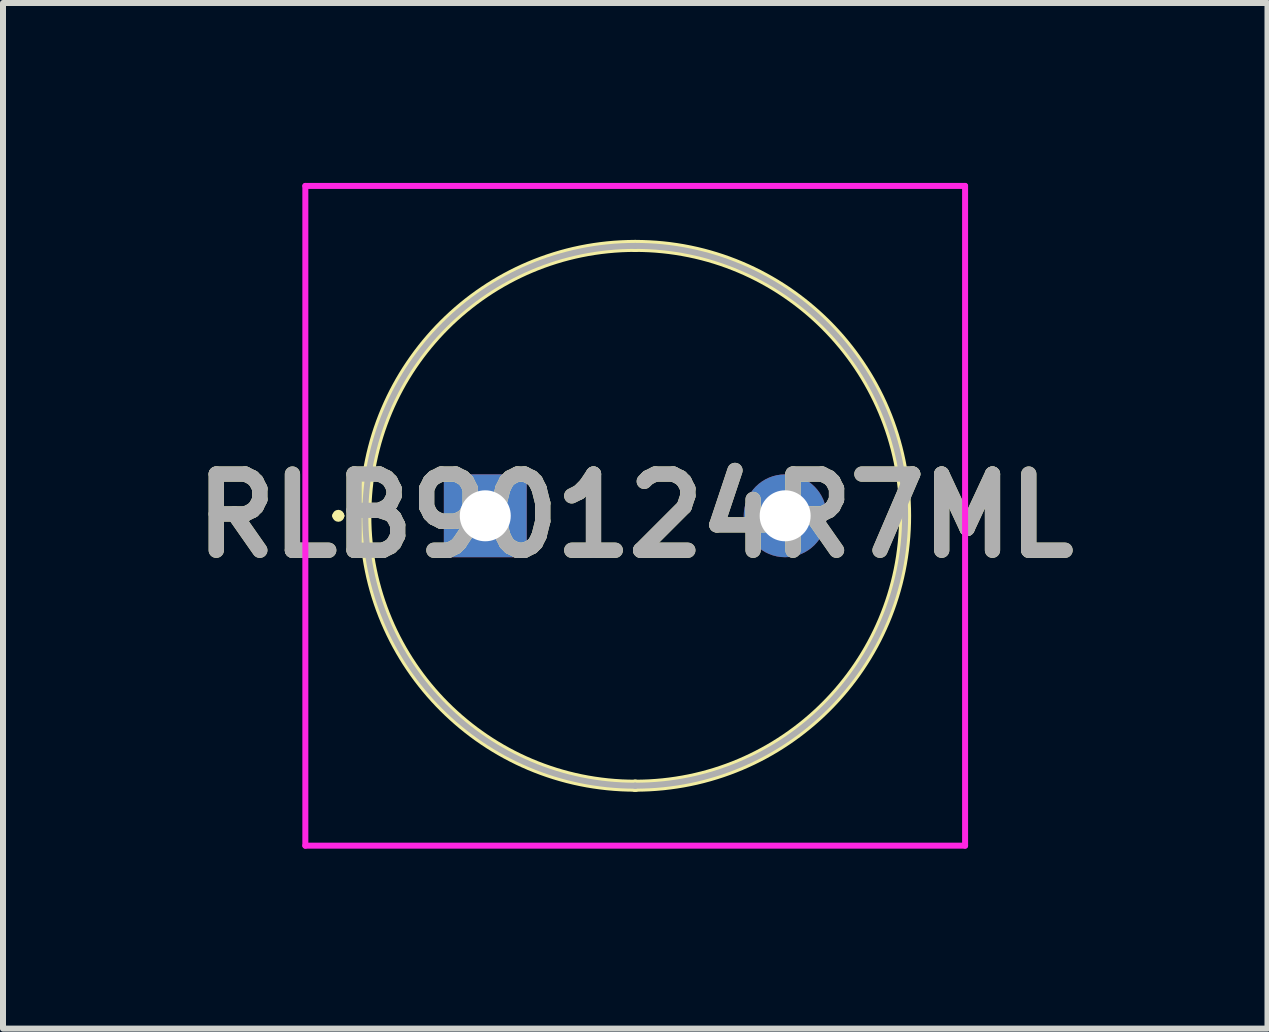
<source format=kicad_pcb>
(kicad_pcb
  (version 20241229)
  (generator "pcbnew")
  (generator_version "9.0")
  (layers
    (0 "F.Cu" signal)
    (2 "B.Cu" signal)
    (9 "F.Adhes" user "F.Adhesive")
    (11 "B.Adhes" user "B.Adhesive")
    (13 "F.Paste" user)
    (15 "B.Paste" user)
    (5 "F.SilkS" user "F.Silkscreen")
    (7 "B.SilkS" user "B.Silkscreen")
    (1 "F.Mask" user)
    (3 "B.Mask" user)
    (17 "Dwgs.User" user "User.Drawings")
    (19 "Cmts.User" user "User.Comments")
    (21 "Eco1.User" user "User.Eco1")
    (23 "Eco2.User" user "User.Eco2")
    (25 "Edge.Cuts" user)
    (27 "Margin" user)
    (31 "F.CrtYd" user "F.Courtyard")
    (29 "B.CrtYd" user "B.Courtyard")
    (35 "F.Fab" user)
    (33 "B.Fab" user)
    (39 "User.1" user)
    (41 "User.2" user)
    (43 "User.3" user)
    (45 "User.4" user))
  (footprint "RLB90124R7ML"
    (layer "F.Cu")
    (at 5.041 5.55)
    (property "Reference" "RLB90124R7ML" (at 2.5 0 0) (layer "F.SilkS") (effects (font (size 1.27 1.27) (thickness 0.254))))
    (attr through_hole)
    (fp_line (start -2.5 0) (end -2.5 0) (stroke (width 0.1) (type solid)) (layer "F.SilkS"))
    (fp_line (start -2.4 0) (end -2.4 0) (stroke (width 0.1) (type solid)) (layer "F.SilkS"))
    (fp_line (start 2.5 -4.5) (end 2.5 -4.5) (stroke (width 0.2) (type solid)) (layer "F.SilkS"))
    (fp_line (start 2.5 4.5) (end 2.5 4.5) (stroke (width 0.2) (type solid)) (layer "F.SilkS"))
    (fp_arc (start -2.5 0) (mid -2.45 -0.05) (end -2.4 0) (stroke (width 0.1) (type solid)) (layer "F.SilkS"))
    (fp_arc (start -2.4 0) (mid -2.45 0.05) (end -2.5 0) (stroke (width 0.1) (type solid)) (layer "F.SilkS"))
    (fp_arc (start 2.5 -4.5) (mid 7 0) (end 2.5 4.5) (stroke (width 0.2) (type solid)) (layer "F.SilkS"))
    (fp_arc (start 2.5 4.5) (mid -2 0) (end 2.5 -4.5) (stroke (width 0.2) (type solid)) (layer "F.SilkS"))
    (fp_line (start -3 -5.5) (end -3 5.5) (stroke (width 0.1) (type solid)) (layer "F.CrtYd"))
    (fp_line (start -3 5.5) (end 8 5.5) (stroke (width 0.1) (type solid)) (layer "F.CrtYd"))
    (fp_line (start 8 -5.5) (end -3 -5.5) (stroke (width 0.1) (type solid)) (layer "F.CrtYd"))
    (fp_line (start 8 5.5) (end 8 -5.5) (stroke (width 0.1) (type solid)) (layer "F.CrtYd"))
    (fp_line (start 2.5 -4.5) (end 2.5 -4.5) (stroke (width 0.1) (type solid)) (layer "F.Fab"))
    (fp_line (start 2.5 4.5) (end 2.5 4.5) (stroke (width 0.1) (type solid)) (layer "F.Fab"))
    (fp_arc (start 2.5 -4.5) (mid 7 0) (end 2.5 4.5) (stroke (width 0.1) (type solid)) (layer "F.Fab"))
    (fp_arc (start 2.5 4.5) (mid -2 0) (end 2.5 -4.5) (stroke (width 0.1) (type solid)) (layer "F.Fab"))
    (fp_text user "${REFERENCE}" (at 2.5 0 0) (layer "F.Fab") (effects (font (size 1.27 1.27) (thickness 0.254))))
    (pad "1" thru_hole rect (at 0 0) (size 1.381 1.381) (drill 0.85) (layers "*.Cu" "*.Mask"))
    (pad "2" thru_hole circle (at 5 0) (size 1.381 1.381) (drill 0.85) (layers "*.Cu" "*.Mask")))
  (gr_rect
    (start -3 -3)
    (end 18.083 14.1)
    (stroke (width 0.1) (type default))
    (fill no)
    (layer "Edge.Cuts")))
</source>
